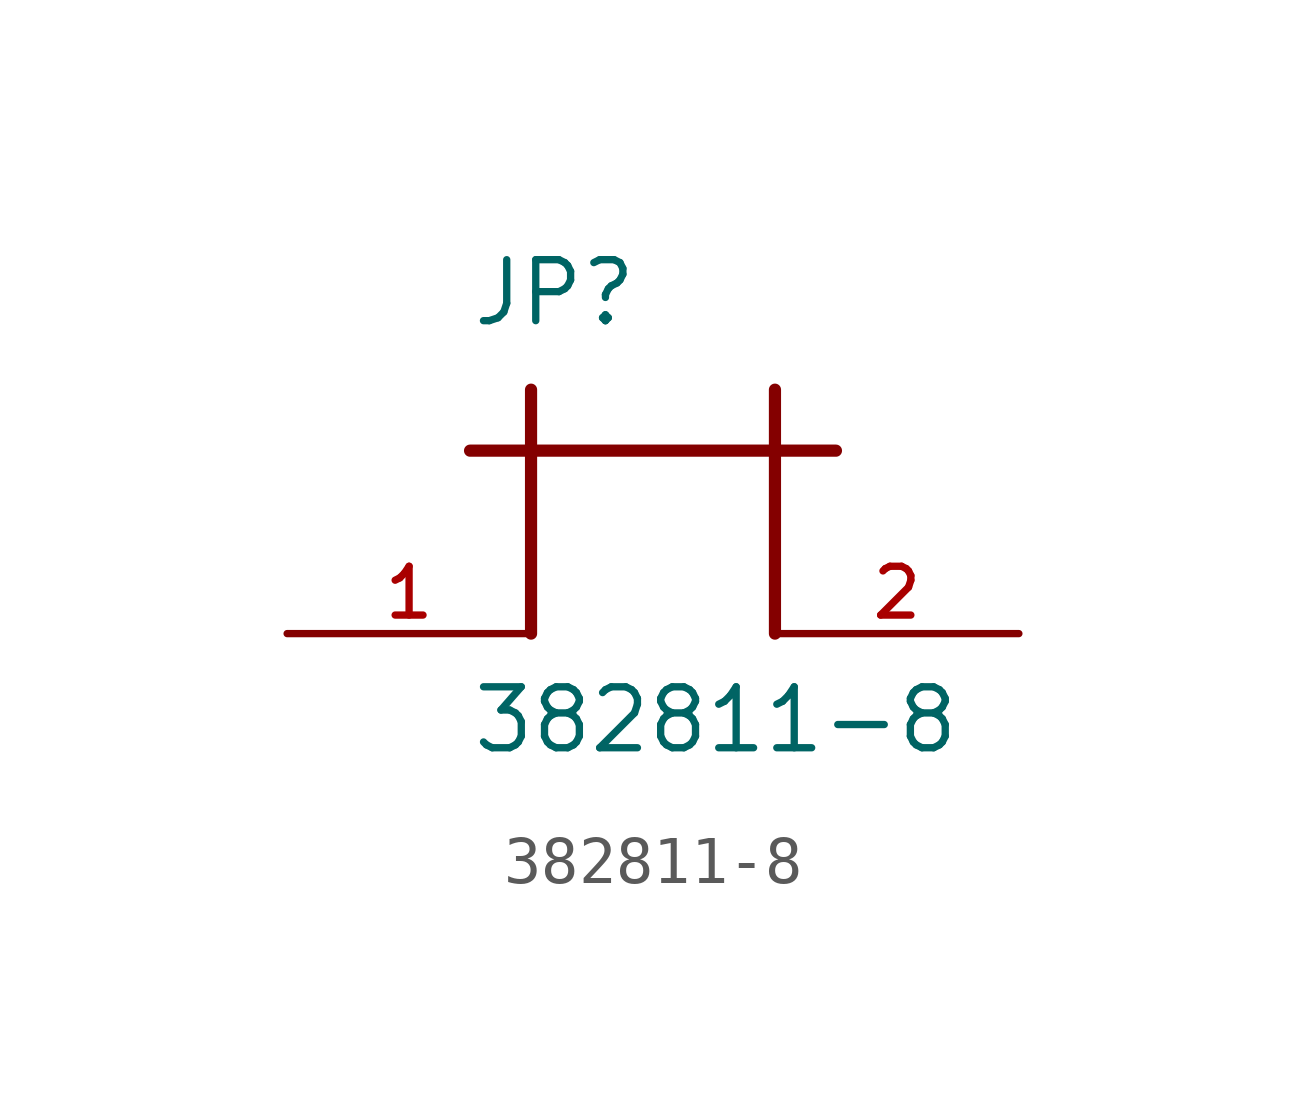
<source format=kicad_sym>
(kicad_symbol_lib
  (version 20211014)
  (generator kicad_symbol_editor)
  (symbol "382811-8"
    (pin_names
      (offset 1.016))
    (property "Reference" "JP"
      (at -3.812 6.354 0)
      (effects (font (size 1.27 1.27)) (justify left bottom)))
    (property "Value" "382811-8"
      (at -3.811 -2.541 0)
      (effects (font (size 1.27 1.27)) (justify left bottom)))
    (symbol "382811-8_0_0"
      (polyline (pts (xy -3.81 3.81) (xy 3.81 3.81)) (stroke (width 0.254) (type default) (color 0 0 0 0)) (fill (type none)))
      (polyline (pts (xy -2.54 5.08) (xy -2.54 0)) (stroke (width 0.254) (type default) (color 0 0 0 0)) (fill (type none)))
      (polyline (pts (xy 2.54 5.08) (xy 2.54 0)) (stroke (width 0.254) (type default) (color 0 0 0 0)) (fill (type none)))
      (pin passive line (at -7.62 0 0) (length 5.08) (name "~" (effects (font (size 1.016 1.016)))) (number "1" (effects (font (size 1.016 1.016)))))
      (pin passive line (at 7.62 0 180) (length 5.08) (name "~" (effects (font (size 1.016 1.016)))) (number "2" (effects (font (size 1.016 1.016))))))))
</source>
